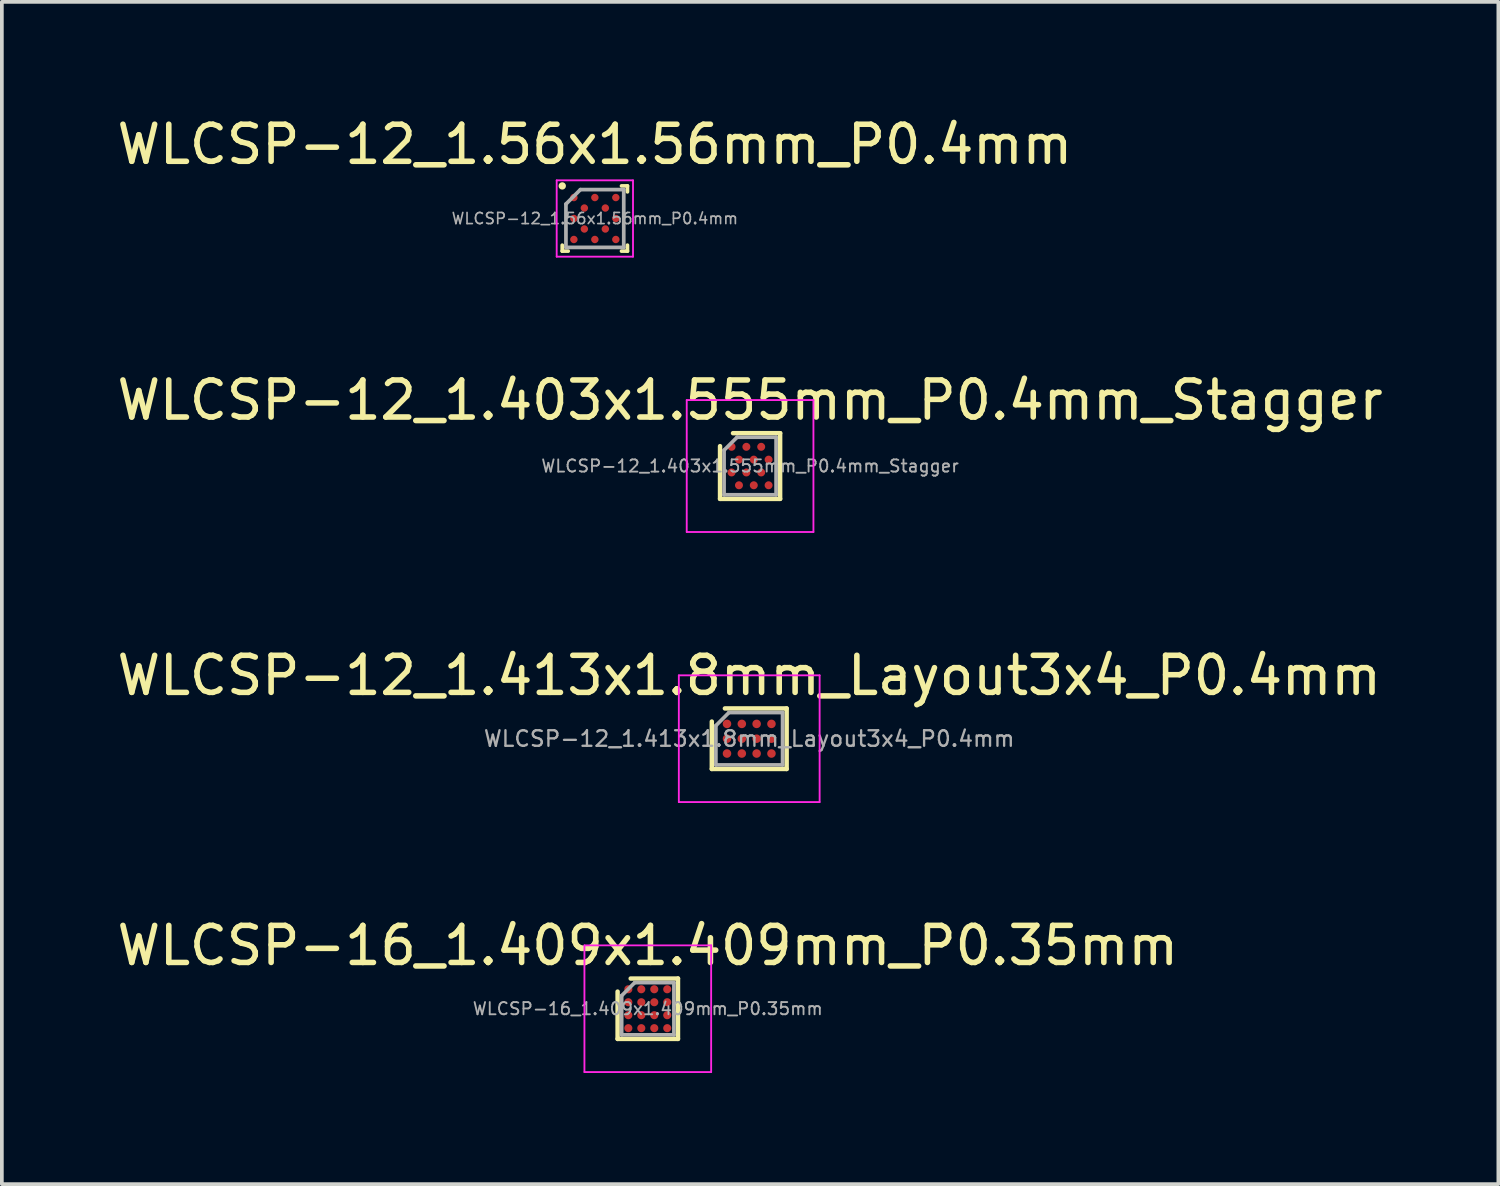
<source format=kicad_pcb>
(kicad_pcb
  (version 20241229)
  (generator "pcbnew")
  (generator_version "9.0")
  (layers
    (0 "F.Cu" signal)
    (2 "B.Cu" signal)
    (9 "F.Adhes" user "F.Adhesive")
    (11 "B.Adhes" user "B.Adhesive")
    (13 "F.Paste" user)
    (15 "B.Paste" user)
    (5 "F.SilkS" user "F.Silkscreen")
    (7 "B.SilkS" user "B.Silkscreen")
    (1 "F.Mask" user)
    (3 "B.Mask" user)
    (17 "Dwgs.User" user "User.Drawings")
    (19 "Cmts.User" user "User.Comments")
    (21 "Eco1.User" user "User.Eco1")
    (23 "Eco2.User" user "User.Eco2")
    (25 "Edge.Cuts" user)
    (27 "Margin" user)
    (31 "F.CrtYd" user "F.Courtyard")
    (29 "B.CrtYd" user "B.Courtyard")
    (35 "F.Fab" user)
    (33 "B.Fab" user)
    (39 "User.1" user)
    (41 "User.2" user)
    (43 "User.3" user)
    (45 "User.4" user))
  (footprint "WLCSP-12_1.413x1.8mm_Layout3x4_P0.4mm"
    (layer "F.Cu")
    (at 17.173 16.889)
    (property "Reference" "WLCSP-12_1.413x1.8mm_Layout3x4_P0.4mm" (at 0 -1.706 0) (layer "F.SilkS") (effects (font (size 1 1) (thickness 0.15))))
    (attr smd)
    (fp_line (start -1.01 0.817) (end -1.01 -0.463) (stroke (width 0.12) (type solid)) (layer "F.SilkS"))
    (fp_line (start -0.657 -0.817) (end 1.01 -0.817) (stroke (width 0.12) (type solid)) (layer "F.SilkS"))
    (fp_line (start 1.01 -0.817) (end 1.01 0.817) (stroke (width 0.12) (type solid)) (layer "F.SilkS"))
    (fp_line (start 1.01 0.817) (end -1.01 0.817) (stroke (width 0.12) (type solid)) (layer "F.SilkS"))
    (fp_line (start -1.9 -1.71) (end -1.9 1.71) (stroke (width 0.05) (type solid)) (layer "F.CrtYd"))
    (fp_line (start -1.9 1.71) (end 1.9 1.71) (stroke (width 0.05) (type solid)) (layer "F.CrtYd"))
    (fp_line (start 1.9 -1.71) (end -1.9 -1.71) (stroke (width 0.05) (type solid)) (layer "F.CrtYd"))
    (fp_line (start 1.9 1.71) (end 1.9 -1.71) (stroke (width 0.05) (type solid)) (layer "F.CrtYd"))
    (fp_line (start -0.9 -0.353) (end -0.547 -0.707) (stroke (width 0.1) (type solid)) (layer "F.Fab"))
    (fp_line (start -0.9 0.707) (end -0.9 -0.353) (stroke (width 0.1) (type solid)) (layer "F.Fab"))
    (fp_line (start -0.547 -0.707) (end 0.9 -0.707) (stroke (width 0.1) (type solid)) (layer "F.Fab"))
    (fp_line (start 0.9 -0.707) (end 0.9 0.707) (stroke (width 0.1) (type solid)) (layer "F.Fab"))
    (fp_line (start 0.9 0.707) (end -0.9 0.707) (stroke (width 0.1) (type solid)) (layer "F.Fab"))
    (fp_text user "${REFERENCE}" (at 0 0 0) (layer "F.Fab") (effects (font (size 0.42 0.42) (thickness 0.063))))
    (pad "A1" smd circle (at -0.6 -0.4) (size 0.23 0.23) (layers "F.Cu" "F.Mask" "F.Paste"))
    (pad "A2" smd circle (at -0.2 -0.4) (size 0.23 0.23) (layers "F.Cu" "F.Mask" "F.Paste"))
    (pad "A3" smd circle (at 0.2 -0.4) (size 0.23 0.23) (layers "F.Cu" "F.Mask" "F.Paste"))
    (pad "A4" smd circle (at 0.6 -0.4) (size 0.23 0.23) (layers "F.Cu" "F.Mask" "F.Paste"))
    (pad "B1" smd circle (at -0.6 0) (size 0.23 0.23) (layers "F.Cu" "F.Mask" "F.Paste"))
    (pad "B2" smd circle (at -0.2 0) (size 0.23 0.23) (layers "F.Cu" "F.Mask" "F.Paste"))
    (pad "B3" smd circle (at 0.2 0) (size 0.23 0.23) (layers "F.Cu" "F.Mask" "F.Paste"))
    (pad "B4" smd circle (at 0.6 0) (size 0.23 0.23) (layers "F.Cu" "F.Mask" "F.Paste"))
    (pad "C1" smd circle (at -0.6 0.4) (size 0.23 0.23) (layers "F.Cu" "F.Mask" "F.Paste"))
    (pad "C2" smd circle (at -0.2 0.4) (size 0.23 0.23) (layers "F.Cu" "F.Mask" "F.Paste"))
    (pad "C3" smd circle (at 0.2 0.4) (size 0.23 0.23) (layers "F.Cu" "F.Mask" "F.Paste"))
    (pad "C4" smd circle (at 0.6 0.4) (size 0.23 0.23) (layers "F.Cu" "F.Mask" "F.Paste")))
  (footprint "WLCSP-12_1.403x1.555mm_P0.4mm_Stagger"
    (layer "F.Cu")
    (at 17.196 9.529)
    (property "Reference" "WLCSP-12_1.403x1.555mm_P0.4mm_Stagger" (at 0 -1.778 0) (layer "F.SilkS") (effects (font (size 1 1) (thickness 0.15))))
    (attr smd)
    (fp_line (start -0.811 0.887) (end -0.811 -0.537) (stroke (width 0.12) (type solid)) (layer "F.SilkS"))
    (fp_line (start -0.461 -0.887) (end 0.811 -0.887) (stroke (width 0.12) (type solid)) (layer "F.SilkS"))
    (fp_line (start 0.811 -0.887) (end 0.811 0.887) (stroke (width 0.12) (type solid)) (layer "F.SilkS"))
    (fp_line (start 0.811 0.887) (end -0.811 0.887) (stroke (width 0.12) (type solid)) (layer "F.SilkS"))
    (fp_line (start -1.71 -1.78) (end -1.71 1.78) (stroke (width 0.05) (type solid)) (layer "F.CrtYd"))
    (fp_line (start -1.71 1.78) (end 1.71 1.78) (stroke (width 0.05) (type solid)) (layer "F.CrtYd"))
    (fp_line (start 1.71 -1.78) (end -1.71 -1.78) (stroke (width 0.05) (type solid)) (layer "F.CrtYd"))
    (fp_line (start 1.71 1.78) (end 1.71 -1.78) (stroke (width 0.05) (type solid)) (layer "F.CrtYd"))
    (fp_line (start -0.702 -0.427) (end -0.351 -0.777) (stroke (width 0.1) (type solid)) (layer "F.Fab"))
    (fp_line (start -0.702 0.777) (end -0.702 -0.427) (stroke (width 0.1) (type solid)) (layer "F.Fab"))
    (fp_line (start -0.351 -0.777) (end 0.702 -0.777) (stroke (width 0.1) (type solid)) (layer "F.Fab"))
    (fp_line (start 0.702 -0.777) (end 0.702 0.777) (stroke (width 0.1) (type solid)) (layer "F.Fab"))
    (fp_line (start 0.702 0.777) (end -0.702 0.777) (stroke (width 0.1) (type solid)) (layer "F.Fab"))
    (fp_text user "${REFERENCE}" (at 0 0 0) (layer "F.Fab") (effects (font (size 0.33 0.33) (thickness 0.05))))
    (pad "A1" smd circle (at -0.5 -0.519) (size 0.215 0.215) (layers "F.Cu" "F.Mask" "F.Paste"))
    (pad "A3" smd circle (at -0.1 -0.519) (size 0.215 0.215) (layers "F.Cu" "F.Mask" "F.Paste"))
    (pad "A5" smd circle (at 0.3 -0.519) (size 0.215 0.215) (layers "F.Cu" "F.Mask" "F.Paste"))
    (pad "B2" smd circle (at -0.3 -0.173) (size 0.215 0.215) (layers "F.Cu" "F.Mask" "F.Paste"))
    (pad "B4" smd circle (at 0.1 -0.173) (size 0.215 0.215) (layers "F.Cu" "F.Mask" "F.Paste"))
    (pad "B6" smd circle (at 0.5 -0.173) (size 0.215 0.215) (layers "F.Cu" "F.Mask" "F.Paste"))
    (pad "C1" smd circle (at -0.5 0.173) (size 0.215 0.215) (layers "F.Cu" "F.Mask" "F.Paste"))
    (pad "C3" smd circle (at -0.1 0.173) (size 0.215 0.215) (layers "F.Cu" "F.Mask" "F.Paste"))
    (pad "C5" smd circle (at 0.3 0.173) (size 0.215 0.215) (layers "F.Cu" "F.Mask" "F.Paste"))
    (pad "D2" smd circle (at -0.3 0.519) (size 0.215 0.215) (layers "F.Cu" "F.Mask" "F.Paste"))
    (pad "D4" smd circle (at 0.1 0.519) (size 0.215 0.215) (layers "F.Cu" "F.Mask" "F.Paste"))
    (pad "D6" smd circle (at 0.5 0.519) (size 0.215 0.215) (layers "F.Cu" "F.Mask" "F.Paste")))
  (footprint "WLCSP-12_1.56x1.56mm_P0.4mm"
    (layer "F.Cu")
    (at 13.006 2.848)
    (property "Reference" "WLCSP-12_1.56x1.56mm_P0.4mm" (at 0 -2 0) (layer "F.SilkS") (effects (font (size 1 1) (thickness 0.15))))
    (attr smd)
    (fp_line (start -0.88 0.88) (end -0.88 0.72) (stroke (width 0.1) (type solid)) (layer "F.SilkS"))
    (fp_line (start -0.88 0.88) (end -0.72 0.88) (stroke (width 0.1) (type solid)) (layer "F.SilkS"))
    (fp_line (start 0.88 -0.88) (end 0.72 -0.88) (stroke (width 0.1) (type solid)) (layer "F.SilkS"))
    (fp_line (start 0.88 -0.88) (end 0.88 -0.72) (stroke (width 0.1) (type solid)) (layer "F.SilkS"))
    (fp_line (start 0.88 0.88) (end 0.72 0.88) (stroke (width 0.1) (type solid)) (layer "F.SilkS"))
    (fp_line (start 0.88 0.88) (end 0.88 0.72) (stroke (width 0.1) (type solid)) (layer "F.SilkS"))
    (fp_circle (center -0.88 -0.88) (end -0.83 -0.88) (stroke (width 0.1) (type solid)) (fill no) (layer "F.SilkS"))
    (fp_line (start -1.03 -1.03) (end -1.03 1.03) (stroke (width 0.05) (type solid)) (layer "F.CrtYd"))
    (fp_line (start -1.03 -1.03) (end 1.03 -1.03) (stroke (width 0.05) (type solid)) (layer "F.CrtYd"))
    (fp_line (start -1.03 1.03) (end 1.03 1.03) (stroke (width 0.05) (type solid)) (layer "F.CrtYd"))
    (fp_line (start 1.03 -1.03) (end 1.03 1.03) (stroke (width 0.05) (type solid)) (layer "F.CrtYd"))
    (fp_line (start -0.78 -0.39) (end -0.39 -0.78) (stroke (width 0.1) (type solid)) (layer "F.Fab"))
    (fp_line (start -0.78 0.78) (end -0.78 -0.39) (stroke (width 0.1) (type solid)) (layer "F.Fab"))
    (fp_line (start -0.39 -0.78) (end 0.78 -0.78) (stroke (width 0.1) (type solid)) (layer "F.Fab"))
    (fp_line (start 0.78 0.78) (end -0.78 0.78) (stroke (width 0.1) (type solid)) (layer "F.Fab"))
    (fp_line (start 0.78 0.78) (end 0.78 -0.78) (stroke (width 0.1) (type solid)) (layer "F.Fab"))
    (fp_text user "${REFERENCE}" (at 0 0 0) (layer "F.Fab") (effects (font (size 0.3 0.3) (thickness 0.045))))
    (pad "A1" smd circle (at -0.566 -0.566) (size 0.2 0.2) (layers "F.Cu" "F.Mask" "F.Paste"))
    (pad "A3" smd circle (at 0 -0.566) (size 0.2 0.2) (layers "F.Cu" "F.Mask" "F.Paste"))
    (pad "A5" smd circle (at 0.566 -0.566) (size 0.2 0.2) (layers "F.Cu" "F.Mask" "F.Paste"))
    (pad "B2" smd circle (at -0.283 -0.283) (size 0.2 0.2) (layers "F.Cu" "F.Mask" "F.Paste"))
    (pad "B4" smd circle (at 0.283 -0.283) (size 0.2 0.2) (layers "F.Cu" "F.Mask" "F.Paste"))
    (pad "C1" smd circle (at -0.566 0) (size 0.2 0.2) (layers "F.Cu" "F.Mask" "F.Paste"))
    (pad "C5" smd circle (at 0.566 0) (size 0.2 0.2) (layers "F.Cu" "F.Mask" "F.Paste"))
    (pad "D2" smd circle (at -0.283 0.283) (size 0.2 0.2) (layers "F.Cu" "F.Mask" "F.Paste"))
    (pad "D4" smd circle (at 0.283 0.283) (size 0.2 0.2) (layers "F.Cu" "F.Mask" "F.Paste"))
    (pad "E1" smd circle (at -0.566 0.566) (size 0.2 0.2) (layers "F.Cu" "F.Mask" "F.Paste"))
    (pad "E3" smd circle (at 0 0.566) (size 0.2 0.2) (layers "F.Cu" "F.Mask" "F.Paste"))
    (pad "E5" smd circle (at 0.566 0.566) (size 0.2 0.2) (layers "F.Cu" "F.Mask" "F.Paste")))
  (footprint "WLCSP-16_1.409x1.409mm_P0.35mm"
    (layer "F.Cu")
    (at 14.435 24.177)
    (property "Reference" "WLCSP-16_1.409x1.409mm_P0.35mm" (at 0 -1.704 0) (layer "F.SilkS") (effects (font (size 1 1) (thickness 0.15))))
    (attr smd)
    (fp_line (start -0.815 0.815) (end -0.815 -0.462) (stroke (width 0.12) (type solid)) (layer "F.SilkS"))
    (fp_line (start -0.462 -0.815) (end 0.815 -0.815) (stroke (width 0.12) (type solid)) (layer "F.SilkS"))
    (fp_line (start 0.815 -0.815) (end 0.815 0.815) (stroke (width 0.12) (type solid)) (layer "F.SilkS"))
    (fp_line (start 0.815 0.815) (end -0.815 0.815) (stroke (width 0.12) (type solid)) (layer "F.SilkS"))
    (fp_line (start -1.71 -1.71) (end -1.71 1.71) (stroke (width 0.05) (type solid)) (layer "F.CrtYd"))
    (fp_line (start -1.71 1.71) (end 1.71 1.71) (stroke (width 0.05) (type solid)) (layer "F.CrtYd"))
    (fp_line (start 1.71 -1.71) (end -1.71 -1.71) (stroke (width 0.05) (type solid)) (layer "F.CrtYd"))
    (fp_line (start 1.71 1.71) (end 1.71 -1.71) (stroke (width 0.05) (type solid)) (layer "F.CrtYd"))
    (fp_line (start -0.705 -0.352) (end -0.352 -0.705) (stroke (width 0.1) (type solid)) (layer "F.Fab"))
    (fp_line (start -0.705 0.705) (end -0.705 -0.352) (stroke (width 0.1) (type solid)) (layer "F.Fab"))
    (fp_line (start -0.352 -0.705) (end 0.705 -0.705) (stroke (width 0.1) (type solid)) (layer "F.Fab"))
    (fp_line (start 0.705 -0.705) (end 0.705 0.705) (stroke (width 0.1) (type solid)) (layer "F.Fab"))
    (fp_line (start 0.705 0.705) (end -0.705 0.705) (stroke (width 0.1) (type solid)) (layer "F.Fab"))
    (fp_text user "${REFERENCE}" (at 0 0 0) (layer "F.Fab") (effects (font (size 0.33 0.33) (thickness 0.05))))
    (pad "A1" smd circle (at -0.525 -0.525) (size 0.218 0.218) (layers "F.Cu" "F.Mask" "F.Paste"))
    (pad "A2" smd circle (at -0.175 -0.525) (size 0.218 0.218) (layers "F.Cu" "F.Mask" "F.Paste"))
    (pad "A3" smd circle (at 0.175 -0.525) (size 0.218 0.218) (layers "F.Cu" "F.Mask" "F.Paste"))
    (pad "A4" smd circle (at 0.525 -0.525) (size 0.218 0.218) (layers "F.Cu" "F.Mask" "F.Paste"))
    (pad "B1" smd circle (at -0.525 -0.175) (size 0.218 0.218) (layers "F.Cu" "F.Mask" "F.Paste"))
    (pad "B2" smd circle (at -0.175 -0.175) (size 0.218 0.218) (layers "F.Cu" "F.Mask" "F.Paste"))
    (pad "B3" smd circle (at 0.175 -0.175) (size 0.218 0.218) (layers "F.Cu" "F.Mask" "F.Paste"))
    (pad "B4" smd circle (at 0.525 -0.175) (size 0.218 0.218) (layers "F.Cu" "F.Mask" "F.Paste"))
    (pad "C1" smd circle (at -0.525 0.175) (size 0.218 0.218) (layers "F.Cu" "F.Mask" "F.Paste"))
    (pad "C2" smd circle (at -0.175 0.175) (size 0.218 0.218) (layers "F.Cu" "F.Mask" "F.Paste"))
    (pad "C3" smd circle (at 0.175 0.175) (size 0.218 0.218) (layers "F.Cu" "F.Mask" "F.Paste"))
    (pad "C4" smd circle (at 0.525 0.175) (size 0.218 0.218) (layers "F.Cu" "F.Mask" "F.Paste"))
    (pad "D1" smd circle (at -0.525 0.525) (size 0.218 0.218) (layers "F.Cu" "F.Mask" "F.Paste"))
    (pad "D2" smd circle (at -0.175 0.525) (size 0.218 0.218) (layers "F.Cu" "F.Mask" "F.Paste"))
    (pad "D3" smd circle (at 0.175 0.525) (size 0.218 0.218) (layers "F.Cu" "F.Mask" "F.Paste"))
    (pad "D4" smd circle (at 0.525 0.525) (size 0.218 0.218) (layers "F.Cu" "F.Mask" "F.Paste")))
  (gr_rect
    (start -3 -3)
    (end 37.393 28.912)
    (stroke (width 0.1) (type default))
    (fill no)
    (layer "Edge.Cuts")))
</source>
